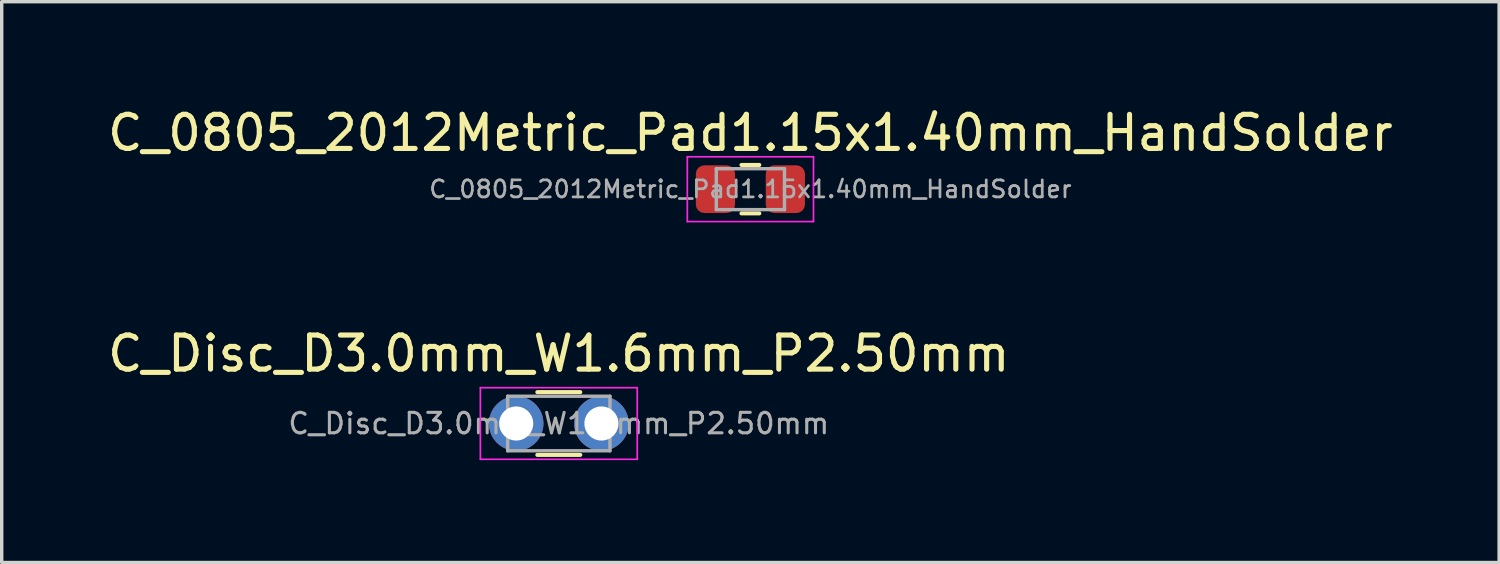
<source format=kicad_pcb>
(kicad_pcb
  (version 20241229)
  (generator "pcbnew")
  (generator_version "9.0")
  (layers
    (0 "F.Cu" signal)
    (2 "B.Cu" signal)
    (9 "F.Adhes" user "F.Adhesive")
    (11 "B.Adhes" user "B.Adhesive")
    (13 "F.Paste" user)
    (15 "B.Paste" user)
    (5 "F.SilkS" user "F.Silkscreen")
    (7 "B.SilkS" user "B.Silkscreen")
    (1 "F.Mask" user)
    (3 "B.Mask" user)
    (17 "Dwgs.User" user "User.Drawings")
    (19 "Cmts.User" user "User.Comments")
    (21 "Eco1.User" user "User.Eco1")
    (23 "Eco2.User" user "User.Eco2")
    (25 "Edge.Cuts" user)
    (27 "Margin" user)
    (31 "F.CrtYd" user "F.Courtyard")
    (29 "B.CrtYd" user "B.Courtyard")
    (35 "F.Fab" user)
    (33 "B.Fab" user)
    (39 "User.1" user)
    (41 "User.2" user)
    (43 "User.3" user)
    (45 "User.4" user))
  (footprint "C_Disc_D3.0mm_W1.6mm_P2.50mm"
    (layer "F.Cu")
    (at 12.089 9.371)
    (property "Reference" "C_Disc_D3.0mm_W1.6mm_P2.50mm" (at 1.25 -2.05 0) (layer "F.SilkS") (effects (font (size 1 1) (thickness 0.15))))
    (attr through_hole)
    (fp_line (start 0.621 -0.92) (end 1.879 -0.92) (stroke (width 0.12) (type solid)) (layer "F.SilkS"))
    (fp_line (start 0.621 0.92) (end 1.879 0.92) (stroke (width 0.12) (type solid)) (layer "F.SilkS"))
    (fp_line (start -1.05 -1.05) (end -1.05 1.05) (stroke (width 0.05) (type solid)) (layer "F.CrtYd"))
    (fp_line (start -1.05 1.05) (end 3.55 1.05) (stroke (width 0.05) (type solid)) (layer "F.CrtYd"))
    (fp_line (start 3.55 -1.05) (end -1.05 -1.05) (stroke (width 0.05) (type solid)) (layer "F.CrtYd"))
    (fp_line (start 3.55 1.05) (end 3.55 -1.05) (stroke (width 0.05) (type solid)) (layer "F.CrtYd"))
    (fp_line (start -0.25 -0.8) (end -0.25 0.8) (stroke (width 0.1) (type solid)) (layer "F.Fab"))
    (fp_line (start -0.25 0.8) (end 2.75 0.8) (stroke (width 0.1) (type solid)) (layer "F.Fab"))
    (fp_line (start 2.75 -0.8) (end -0.25 -0.8) (stroke (width 0.1) (type solid)) (layer "F.Fab"))
    (fp_line (start 2.75 0.8) (end 2.75 -0.8) (stroke (width 0.1) (type solid)) (layer "F.Fab"))
    (fp_text user "${REFERENCE}" (at 1.25 0 0) (layer "F.Fab") (effects (font (size 0.6 0.6) (thickness 0.09))))
    (pad "1" thru_hole circle (at 0 0) (size 1.6 1.6) (drill 1) (layers "*.Cu" "*.Mask"))
    (pad "2" thru_hole circle (at 2.5 0) (size 1.6 1.6) (drill 1) (layers "*.Cu" "*.Mask")))
  (footprint "C_0805_2012Metric_Pad1.15x1.40mm_HandSolder"
    (layer "F.Cu")
    (at 18.958 2.498)
    (property "Reference" "C_0805_2012Metric_Pad1.15x1.40mm_HandSolder" (at 0 -1.65 0) (layer "F.SilkS") (effects (font (size 1 1) (thickness 0.15))))
    (attr smd)
    (fp_line (start -0.261 -0.71) (end 0.261 -0.71) (stroke (width 0.12) (type solid)) (layer "F.SilkS"))
    (fp_line (start -0.261 0.71) (end 0.261 0.71) (stroke (width 0.12) (type solid)) (layer "F.SilkS"))
    (fp_line (start -1.85 -0.95) (end 1.85 -0.95) (stroke (width 0.05) (type solid)) (layer "F.CrtYd"))
    (fp_line (start -1.85 0.95) (end -1.85 -0.95) (stroke (width 0.05) (type solid)) (layer "F.CrtYd"))
    (fp_line (start 1.85 -0.95) (end 1.85 0.95) (stroke (width 0.05) (type solid)) (layer "F.CrtYd"))
    (fp_line (start 1.85 0.95) (end -1.85 0.95) (stroke (width 0.05) (type solid)) (layer "F.CrtYd"))
    (fp_line (start -1 -0.6) (end 1 -0.6) (stroke (width 0.1) (type solid)) (layer "F.Fab"))
    (fp_line (start -1 0.6) (end -1 -0.6) (stroke (width 0.1) (type solid)) (layer "F.Fab"))
    (fp_line (start 1 -0.6) (end 1 0.6) (stroke (width 0.1) (type solid)) (layer "F.Fab"))
    (fp_line (start 1 0.6) (end -1 0.6) (stroke (width 0.1) (type solid)) (layer "F.Fab"))
    (fp_text user "${REFERENCE}" (at 0 0 0) (layer "F.Fab") (effects (font (size 0.5 0.5) (thickness 0.08))))
    (pad "1" smd roundrect (at -1.025 0) (size 1.15 1.4) (layers "F.Cu" "F.Mask" "F.Paste") (roundrect_rratio 0.217))
    (pad "2" smd roundrect (at 1.025 0) (size 1.15 1.4) (layers "F.Cu" "F.Mask" "F.Paste") (roundrect_rratio 0.217)))
  (gr_rect
    (start -3 -3)
    (end 40.917 13.447)
    (stroke (width 0.1) (type default))
    (fill no)
    (layer "Edge.Cuts")))
</source>
